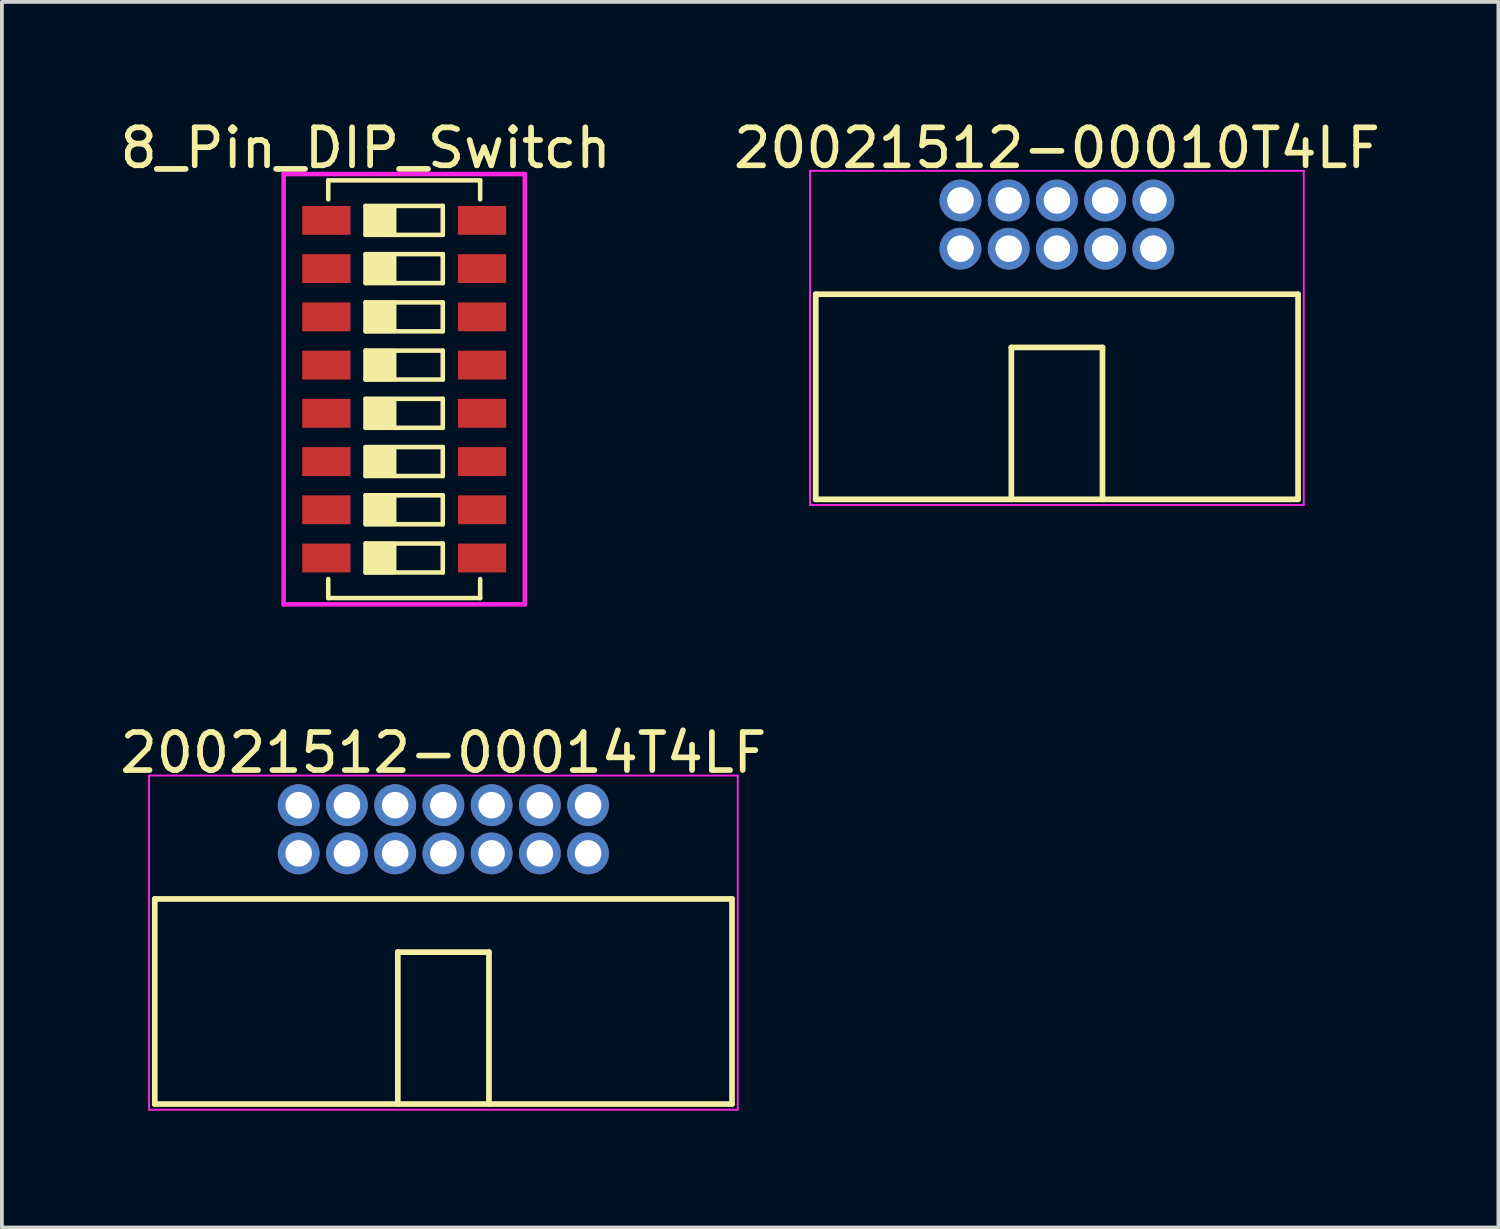
<source format=kicad_pcb>
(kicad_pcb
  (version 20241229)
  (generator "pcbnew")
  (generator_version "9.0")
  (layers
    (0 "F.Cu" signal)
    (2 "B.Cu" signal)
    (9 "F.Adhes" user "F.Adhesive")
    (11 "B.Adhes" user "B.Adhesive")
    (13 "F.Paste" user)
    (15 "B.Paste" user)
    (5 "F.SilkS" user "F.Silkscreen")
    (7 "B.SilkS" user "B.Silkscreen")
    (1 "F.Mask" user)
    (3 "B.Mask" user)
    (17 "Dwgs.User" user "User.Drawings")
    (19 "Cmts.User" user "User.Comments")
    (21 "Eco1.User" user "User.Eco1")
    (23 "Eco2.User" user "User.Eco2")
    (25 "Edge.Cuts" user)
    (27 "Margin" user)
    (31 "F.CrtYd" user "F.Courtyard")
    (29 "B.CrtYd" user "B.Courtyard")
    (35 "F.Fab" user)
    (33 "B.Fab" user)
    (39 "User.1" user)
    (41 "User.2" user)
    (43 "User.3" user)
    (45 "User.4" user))
  (footprint "8_Pin_DIP_Switch"
    (layer "F.Cu")
    (at 7.593 7.198)
    (property "Reference" "8_Pin_DIP_Switch" (at -1.016 -6.35 0) (layer "F.SilkS") (effects (font (size 1 1) (thickness 0.15))))
    (attr through_hole)
    (fp_line (start -2 -5.5) (end -2 -5) (stroke (width 0.12) (type solid)) (layer "F.SilkS"))
    (fp_line (start -2 5.5) (end -2 5) (stroke (width 0.12) (type solid)) (layer "F.SilkS"))
    (fp_line (start -1.016 -4.826) (end 1.016 -4.826) (stroke (width 0.12) (type solid)) (layer "F.SilkS"))
    (fp_line (start -1.016 -4.064) (end -1.016 -4.826) (stroke (width 0.12) (type solid)) (layer "F.SilkS"))
    (fp_line (start -1.016 -3.556) (end -1.016 -2.794) (stroke (width 0.12) (type solid)) (layer "F.SilkS"))
    (fp_line (start -1.016 -2.794) (end 1.016 -2.794) (stroke (width 0.12) (type solid)) (layer "F.SilkS"))
    (fp_line (start -1.016 -2.286) (end -1.016 -1.524) (stroke (width 0.12) (type solid)) (layer "F.SilkS"))
    (fp_line (start -1.016 -1.524) (end 1.016 -1.524) (stroke (width 0.12) (type solid)) (layer "F.SilkS"))
    (fp_line (start -1.016 -1.016) (end 1.016 -1.016) (stroke (width 0.12) (type solid)) (layer "F.SilkS"))
    (fp_line (start -1.016 -0.254) (end -1.016 -1.016) (stroke (width 0.12) (type solid)) (layer "F.SilkS"))
    (fp_line (start -1.016 0.254) (end -1.016 1.016) (stroke (width 0.12) (type solid)) (layer "F.SilkS"))
    (fp_line (start -1.016 1.016) (end 1.016 1.016) (stroke (width 0.12) (type solid)) (layer "F.SilkS"))
    (fp_line (start -1.016 1.524) (end 1.016 1.524) (stroke (width 0.12) (type solid)) (layer "F.SilkS"))
    (fp_line (start -1.016 2.286) (end -1.016 1.524) (stroke (width 0.12) (type solid)) (layer "F.SilkS"))
    (fp_line (start -1.016 2.794) (end -1.016 3.556) (stroke (width 0.12) (type solid)) (layer "F.SilkS"))
    (fp_line (start -1.016 3.556) (end 1.016 3.556) (stroke (width 0.12) (type solid)) (layer "F.SilkS"))
    (fp_line (start -1.016 4.064) (end -1.016 4.826) (stroke (width 0.12) (type solid)) (layer "F.SilkS"))
    (fp_line (start -1.016 4.826) (end 1.016 4.826) (stroke (width 0.12) (type solid)) (layer "F.SilkS"))
    (fp_line (start 1.016 -4.826) (end 1.016 -4.064) (stroke (width 0.12) (type solid)) (layer "F.SilkS"))
    (fp_line (start 1.016 -4.064) (end -1.016 -4.064) (stroke (width 0.12) (type solid)) (layer "F.SilkS"))
    (fp_line (start 1.016 -3.556) (end -1.016 -3.556) (stroke (width 0.12) (type solid)) (layer "F.SilkS"))
    (fp_line (start 1.016 -2.794) (end 1.016 -3.556) (stroke (width 0.12) (type solid)) (layer "F.SilkS"))
    (fp_line (start 1.016 -2.286) (end -1.016 -2.286) (stroke (width 0.12) (type solid)) (layer "F.SilkS"))
    (fp_line (start 1.016 -1.524) (end 1.016 -2.286) (stroke (width 0.12) (type solid)) (layer "F.SilkS"))
    (fp_line (start 1.016 -1.016) (end 1.016 -0.254) (stroke (width 0.12) (type solid)) (layer "F.SilkS"))
    (fp_line (start 1.016 -0.254) (end -1.016 -0.254) (stroke (width 0.12) (type solid)) (layer "F.SilkS"))
    (fp_line (start 1.016 0.254) (end -1.016 0.254) (stroke (width 0.12) (type solid)) (layer "F.SilkS"))
    (fp_line (start 1.016 1.016) (end 1.016 0.254) (stroke (width 0.12) (type solid)) (layer "F.SilkS"))
    (fp_line (start 1.016 1.524) (end 1.016 2.286) (stroke (width 0.12) (type solid)) (layer "F.SilkS"))
    (fp_line (start 1.016 2.286) (end -1.016 2.286) (stroke (width 0.12) (type solid)) (layer "F.SilkS"))
    (fp_line (start 1.016 2.794) (end -1.016 2.794) (stroke (width 0.12) (type solid)) (layer "F.SilkS"))
    (fp_line (start 1.016 3.556) (end 1.016 2.794) (stroke (width 0.12) (type solid)) (layer "F.SilkS"))
    (fp_line (start 1.016 4.064) (end -1.016 4.064) (stroke (width 0.12) (type solid)) (layer "F.SilkS"))
    (fp_line (start 1.016 4.826) (end 1.016 4.064) (stroke (width 0.12) (type solid)) (layer "F.SilkS"))
    (fp_line (start 2 -5.5) (end -2 -5.5) (stroke (width 0.12) (type solid)) (layer "F.SilkS"))
    (fp_line (start 2 -5.5) (end 2 -5) (stroke (width 0.12) (type solid)) (layer "F.SilkS"))
    (fp_line (start 2 5) (end 2 5.5) (stroke (width 0.12) (type solid)) (layer "F.SilkS"))
    (fp_line (start 2 5.5) (end -2 5.5) (stroke (width 0.12) (type solid)) (layer "F.SilkS"))
    (fp_poly (pts (xy -0.254 -4.064) (xy -1.016 -4.064) (xy -1.016 -4.826) (xy -0.254 -4.826)) (stroke (width 0.1) (type solid)) (fill yes) (layer "F.SilkS"))
    (fp_poly (pts (xy -0.254 -2.794) (xy -1.016 -2.794) (xy -1.016 -3.556) (xy -0.254 -3.556)) (stroke (width 0.1) (type solid)) (fill yes) (layer "F.SilkS"))
    (fp_poly (pts (xy -0.254 -1.524) (xy -1.016 -1.524) (xy -1.016 -2.286) (xy -0.254 -2.286)) (stroke (width 0.1) (type solid)) (fill yes) (layer "F.SilkS"))
    (fp_poly (pts (xy -0.254 -0.254) (xy -1.016 -0.254) (xy -1.016 -1.016) (xy -0.254 -1.016)) (stroke (width 0.1) (type solid)) (fill yes) (layer "F.SilkS"))
    (fp_poly (pts (xy -0.254 1.016) (xy -1.016 1.016) (xy -1.016 0.254) (xy -0.254 0.254)) (stroke (width 0.1) (type solid)) (fill yes) (layer "F.SilkS"))
    (fp_poly (pts (xy -0.254 2.286) (xy -1.016 2.286) (xy -1.016 1.524) (xy -0.254 1.524)) (stroke (width 0.1) (type solid)) (fill yes) (layer "F.SilkS"))
    (fp_poly (pts (xy -0.254 3.556) (xy -1.016 3.556) (xy -1.016 2.794) (xy -0.254 2.794)) (stroke (width 0.1) (type solid)) (fill yes) (layer "F.SilkS"))
    (fp_poly (pts (xy -0.254 4.826) (xy -1.016 4.826) (xy -1.016 4.064) (xy -0.254 4.064)) (stroke (width 0.1) (type solid)) (fill yes) (layer "F.SilkS"))
    (fp_line (start -3.175 -5.665) (end -3.175 5.665) (stroke (width 0.12) (type solid)) (layer "F.CrtYd"))
    (fp_line (start -3.175 5.665) (end 3.175 5.665) (stroke (width 0.12) (type solid)) (layer "F.CrtYd"))
    (fp_line (start 3.175 -5.665) (end -3.175 -5.665) (stroke (width 0.12) (type solid)) (layer "F.CrtYd"))
    (fp_line (start 3.175 5.665) (end 3.175 -5.665) (stroke (width 0.12) (type solid)) (layer "F.CrtYd"))
    (pad "1" smd rect (at -2.05 -4.445) (size 1.27 0.76) (layers "F.Cu" "F.Mask" "F.Paste"))
    (pad "2" smd rect (at -2.05 -3.175) (size 1.27 0.76) (layers "F.Cu" "F.Mask" "F.Paste"))
    (pad "3" smd rect (at -2.05 -1.905) (size 1.27 0.76) (layers "F.Cu" "F.Mask" "F.Paste"))
    (pad "4" smd rect (at -2.05 -0.635) (size 1.27 0.76) (layers "F.Cu" "F.Mask" "F.Paste"))
    (pad "5" smd rect (at -2.05 0.635) (size 1.27 0.76) (layers "F.Cu" "F.Mask" "F.Paste"))
    (pad "6" smd rect (at -2.05 1.905) (size 1.27 0.76) (layers "F.Cu" "F.Mask" "F.Paste"))
    (pad "7" smd rect (at -2.05 3.175) (size 1.27 0.76) (layers "F.Cu" "F.Mask" "F.Paste"))
    (pad "8" smd rect (at -2.05 4.445) (size 1.27 0.76) (layers "F.Cu" "F.Mask" "F.Paste"))
    (pad "9" smd rect (at 2.05 4.445) (size 1.27 0.76) (layers "F.Cu" "F.Mask" "F.Paste"))
    (pad "10" smd rect (at 2.05 3.175) (size 1.27 0.76) (layers "F.Cu" "F.Mask" "F.Paste"))
    (pad "11" smd rect (at 2.05 1.905) (size 1.27 0.76) (layers "F.Cu" "F.Mask" "F.Paste"))
    (pad "12" smd rect (at 2.05 0.635) (size 1.27 0.76) (layers "F.Cu" "F.Mask" "F.Paste"))
    (pad "13" smd rect (at 2.05 -0.635) (size 1.27 0.76) (layers "F.Cu" "F.Mask" "F.Paste"))
    (pad "14" smd rect (at 2.05 -1.905) (size 1.27 0.76) (layers "F.Cu" "F.Mask" "F.Paste"))
    (pad "15" smd rect (at 2.05 -3.175) (size 1.27 0.76) (layers "F.Cu" "F.Mask" "F.Paste"))
    (pad "16" smd rect (at 2.05 -4.445) (size 1.27 0.76) (layers "F.Cu" "F.Mask" "F.Paste")))
  (footprint "20021512-00014T4LF"
    (layer "F.Cu")
    (at 8.625 26.021)
    (property "Reference" "20021512-00014T4LF" (at 0 -9.25 0) (layer "F.SilkS") (effects (font (size 1 1) (thickness 0.15))))
    (attr through_hole)
    (fp_line (start -7.6 -5.4) (end -7.6 0) (stroke (width 0.15) (type solid)) (layer "F.SilkS"))
    (fp_line (start -7.6 0) (end 7.6 0) (stroke (width 0.15) (type solid)) (layer "F.SilkS"))
    (fp_line (start -1.2 -4) (end 1.2 -4) (stroke (width 0.15) (type solid)) (layer "F.SilkS"))
    (fp_line (start -1.2 0) (end -1.2 -4) (stroke (width 0.15) (type solid)) (layer "F.SilkS"))
    (fp_line (start 1.2 -4) (end 1.2 0) (stroke (width 0.15) (type solid)) (layer "F.SilkS"))
    (fp_line (start 7.6 -5.4) (end -7.6 -5.4) (stroke (width 0.15) (type solid)) (layer "F.SilkS"))
    (fp_line (start 7.6 0) (end 7.6 -5.4) (stroke (width 0.15) (type solid)) (layer "F.SilkS"))
    (fp_line (start -7.75 -8.65) (end -7.75 0.15) (stroke (width 0.05) (type solid)) (layer "F.CrtYd"))
    (fp_line (start -7.75 0.15) (end 7.75 0.15) (stroke (width 0.05) (type solid)) (layer "F.CrtYd"))
    (fp_line (start 7.75 -8.65) (end -7.75 -8.65) (stroke (width 0.05) (type solid)) (layer "F.CrtYd"))
    (fp_line (start 7.75 0.15) (end 7.75 -8.65) (stroke (width 0.05) (type solid)) (layer "F.CrtYd"))
    (pad "1" thru_hole circle (at 3.81 -7.87) (size 1.1 1.1) (drill 0.7) (layers "*.Cu" "*.Mask"))
    (pad "2" thru_hole circle (at 3.81 -6.6) (size 1.1 1.1) (drill 0.7) (layers "*.Cu" "*.Mask"))
    (pad "3" thru_hole circle (at 2.54 -7.87) (size 1.1 1.1) (drill 0.7) (layers "*.Cu" "*.Mask"))
    (pad "4" thru_hole circle (at 2.54 -6.6) (size 1.1 1.1) (drill 0.7) (layers "*.Cu" "*.Mask"))
    (pad "5" thru_hole circle (at 1.27 -7.87) (size 1.1 1.1) (drill 0.7) (layers "*.Cu" "*.Mask"))
    (pad "6" thru_hole circle (at 1.27 -6.6) (size 1.1 1.1) (drill 0.7) (layers "*.Cu" "*.Mask"))
    (pad "7" thru_hole circle (at 0 -7.87) (size 1.1 1.1) (drill 0.7) (layers "*.Cu" "*.Mask"))
    (pad "8" thru_hole circle (at 0 -6.6) (size 1.1 1.1) (drill 0.7) (layers "*.Cu" "*.Mask"))
    (pad "9" thru_hole circle (at -1.27 -7.87) (size 1.1 1.1) (drill 0.7) (layers "*.Cu" "*.Mask"))
    (pad "10" thru_hole circle (at -1.27 -6.6) (size 1.1 1.1) (drill 0.7) (layers "*.Cu" "*.Mask"))
    (pad "11" thru_hole circle (at -2.54 -7.87) (size 1.1 1.1) (drill 0.7) (layers "*.Cu" "*.Mask"))
    (pad "12" thru_hole circle (at -2.54 -6.6) (size 1.1 1.1) (drill 0.7) (layers "*.Cu" "*.Mask"))
    (pad "13" thru_hole circle (at -3.81 -7.87) (size 1.1 1.1) (drill 0.7) (layers "*.Cu" "*.Mask"))
    (pad "14" thru_hole circle (at -3.81 -6.6) (size 1.1 1.1) (drill 0.7) (layers "*.Cu" "*.Mask")))
  (footprint "20021512-00010T4LF"
    (layer "F.Cu")
    (at 24.78 10.098)
    (property "Reference" "20021512-00010T4LF" (at 0 -9.25 0) (layer "F.SilkS") (effects (font (size 1 1) (thickness 0.15))))
    (attr through_hole)
    (fp_line (start -6.35 -5.4) (end -6.35 0) (stroke (width 0.15) (type solid)) (layer "F.SilkS"))
    (fp_line (start -6.35 0) (end 6.35 0) (stroke (width 0.15) (type solid)) (layer "F.SilkS"))
    (fp_line (start -1.2 -4) (end 1.2 -4) (stroke (width 0.15) (type solid)) (layer "F.SilkS"))
    (fp_line (start -1.2 0) (end -1.2 -4) (stroke (width 0.15) (type solid)) (layer "F.SilkS"))
    (fp_line (start 1.2 -4) (end 1.2 0) (stroke (width 0.15) (type solid)) (layer "F.SilkS"))
    (fp_line (start 6.35 -5.4) (end -6.35 -5.4) (stroke (width 0.15) (type solid)) (layer "F.SilkS"))
    (fp_line (start 6.35 0) (end 6.35 -5.4) (stroke (width 0.15) (type solid)) (layer "F.SilkS"))
    (fp_line (start -6.5 -8.65) (end -6.5 0.15) (stroke (width 0.05) (type solid)) (layer "F.CrtYd"))
    (fp_line (start -6.5 0.15) (end 6.5 0.15) (stroke (width 0.05) (type solid)) (layer "F.CrtYd"))
    (fp_line (start 6.5 -8.65) (end -6.5 -8.65) (stroke (width 0.05) (type solid)) (layer "F.CrtYd"))
    (fp_line (start 6.5 0.15) (end 6.5 -8.65) (stroke (width 0.05) (type solid)) (layer "F.CrtYd"))
    (pad "1" thru_hole circle (at 2.54 -7.87) (size 1.1 1.1) (drill 0.7) (layers "*.Cu" "*.Mask"))
    (pad "2" thru_hole circle (at 2.54 -6.6) (size 1.1 1.1) (drill 0.7) (layers "*.Cu" "*.Mask"))
    (pad "3" thru_hole circle (at 1.27 -7.87) (size 1.1 1.1) (drill 0.7) (layers "*.Cu" "*.Mask"))
    (pad "4" thru_hole circle (at 1.27 -6.6) (size 1.1 1.1) (drill 0.7) (layers "*.Cu" "*.Mask"))
    (pad "5" thru_hole circle (at 0 -7.87) (size 1.1 1.1) (drill 0.7) (layers "*.Cu" "*.Mask"))
    (pad "6" thru_hole circle (at 0 -6.6) (size 1.1 1.1) (drill 0.7) (layers "*.Cu" "*.Mask"))
    (pad "7" thru_hole circle (at -1.27 -7.87) (size 1.1 1.1) (drill 0.7) (layers "*.Cu" "*.Mask"))
    (pad "8" thru_hole circle (at -1.27 -6.6) (size 1.1 1.1) (drill 0.7) (layers "*.Cu" "*.Mask"))
    (pad "9" thru_hole circle (at -2.54 -7.87) (size 1.1 1.1) (drill 0.7) (layers "*.Cu" "*.Mask"))
    (pad "10" thru_hole circle (at -2.54 -6.6) (size 1.1 1.1) (drill 0.7) (layers "*.Cu" "*.Mask")))
  (gr_rect
    (start -3 -3)
    (end 36.405 29.271)
    (stroke (width 0.1) (type default))
    (fill no)
    (layer "Edge.Cuts")))
</source>
